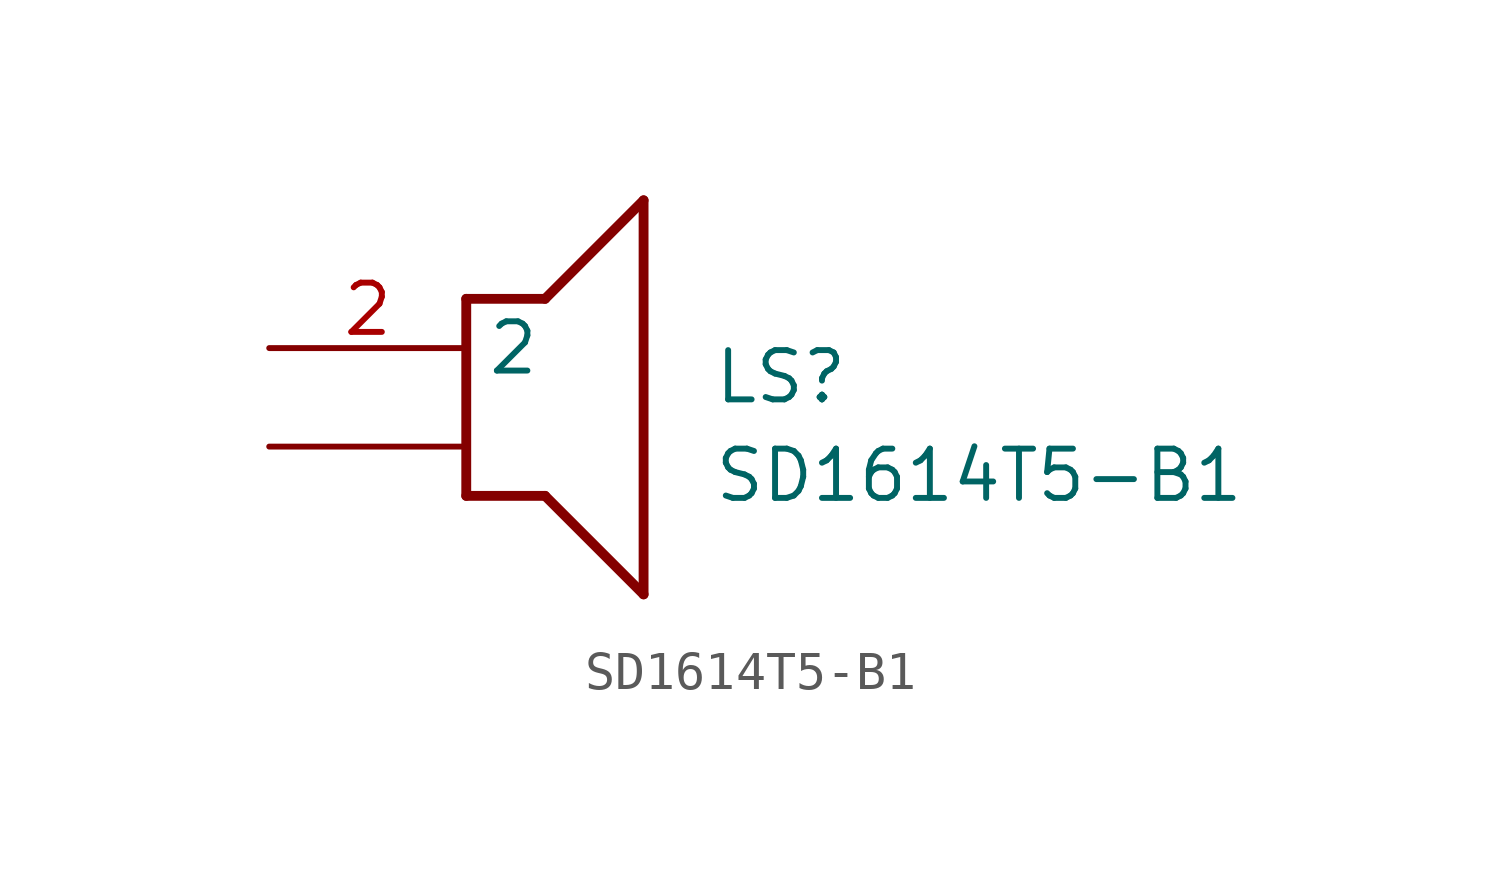
<source format=kicad_sym>
(kicad_symbol_lib
  (version 20211014)
  (generator SamacSys_ECAD_Model)
  (symbol "SD1614T5-B1"
    (property "Reference" "LS"
      (at 11.43 0 0)
      (effects (font (size 1.27 1.27)) (justify left top)))
    (property "Value" "SD1614T5-B1"
      (at 11.43 -2.54 0)
      (effects (font (size 1.27 1.27)) (justify left top)))
    (polyline
      (pts (xy 5.08 1.27) (xy 7.112 1.27))
      (stroke (width 0.254) (type default))
      (fill (type none)))
    (polyline
      (pts (xy 9.652 3.81) (xy 7.112 1.27))
      (stroke (width 0.254) (type default))
      (fill (type none)))
    (polyline
      (pts (xy 9.652 3.81) (xy 9.652 -6.35))
      (stroke (width 0.254) (type default))
      (fill (type none)))
    (polyline
      (pts (xy 7.112 -3.81) (xy 9.652 -6.35))
      (stroke (width 0.254) (type default))
      (fill (type none)))
    (polyline
      (pts (xy 7.112 -3.81) (xy 5.08 -3.81))
      (stroke (width 0.254) (type default))
      (fill (type none)))
    (polyline
      (pts (xy 5.08 1.27) (xy 5.08 -3.81))
      (stroke (width 0.254) (type default))
      (fill (type none)))
    (pin passive line
      (at 0 0 0)
      (length 5.08)
      (name "2" (effects (font (size 1.27 1.27))))
      (number "2" (effects (font (size 1.27 1.27)))))
    (pin passive line
      (at 0 -2.54 0)
      (length 5.08)
      (name "" (effects (font (size 1.27 1.27))))
      (number "" (effects (font (size 1.27 1.27)))))))
</source>
